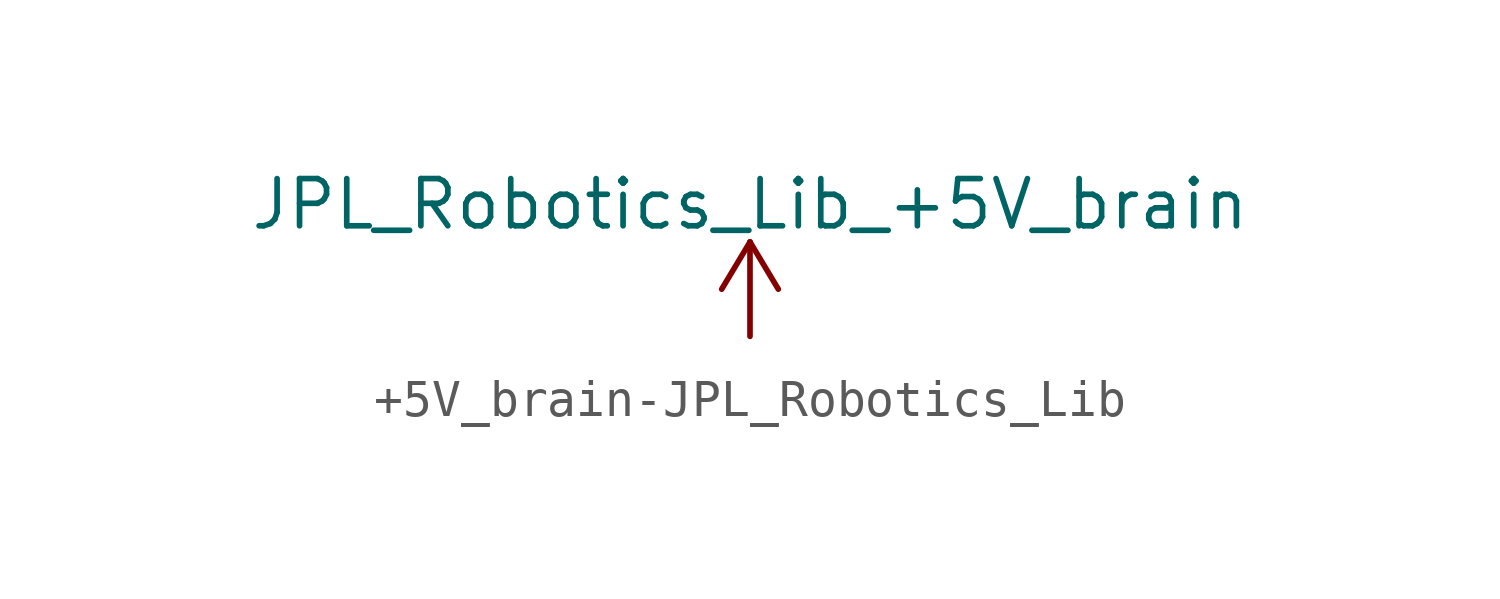
<source format=kicad_sym>
(kicad_symbol_lib
  (version 20231120)
  (generator "kicad_symbol_editor")
  (generator_version "8.0")
  (symbol "+5V_brain-JPL_Robotics_Lib"
    (power)
    (pin_names
      (offset 0))
    (property "Reference" "#PWR"
      (at 0 -3.81 0)
      (effects (font (size 1.27 1.27)) (hide yes)))
    (property "Value" "JPL_Robotics_Lib_+5V_brain"
      (at 0 3.556 0)
      (effects (font (size 1.27 1.27))))
    (symbol "+5V_brain-JPL_Robotics_Lib_0_1"
      (polyline (pts (xy -0.762 1.27) (xy 0 2.54)) (stroke (width 0) (type solid)) (fill (type none)))
      (polyline (pts (xy 0 0) (xy 0 2.54)) (stroke (width 0) (type solid)) (fill (type none)))
      (polyline (pts (xy 0 2.54) (xy 0.762 1.27)) (stroke (width 0) (type solid)) (fill (type none))))
    (symbol "+5V_brain-JPL_Robotics_Lib_1_1"
      (pin power_in line (at 0 0 90) (length 0) hide (name "+5V_brain" (effects (font (size 1.27 1.27)))) (number "1" (effects (font (size 1.27 1.27))))))))
</source>
